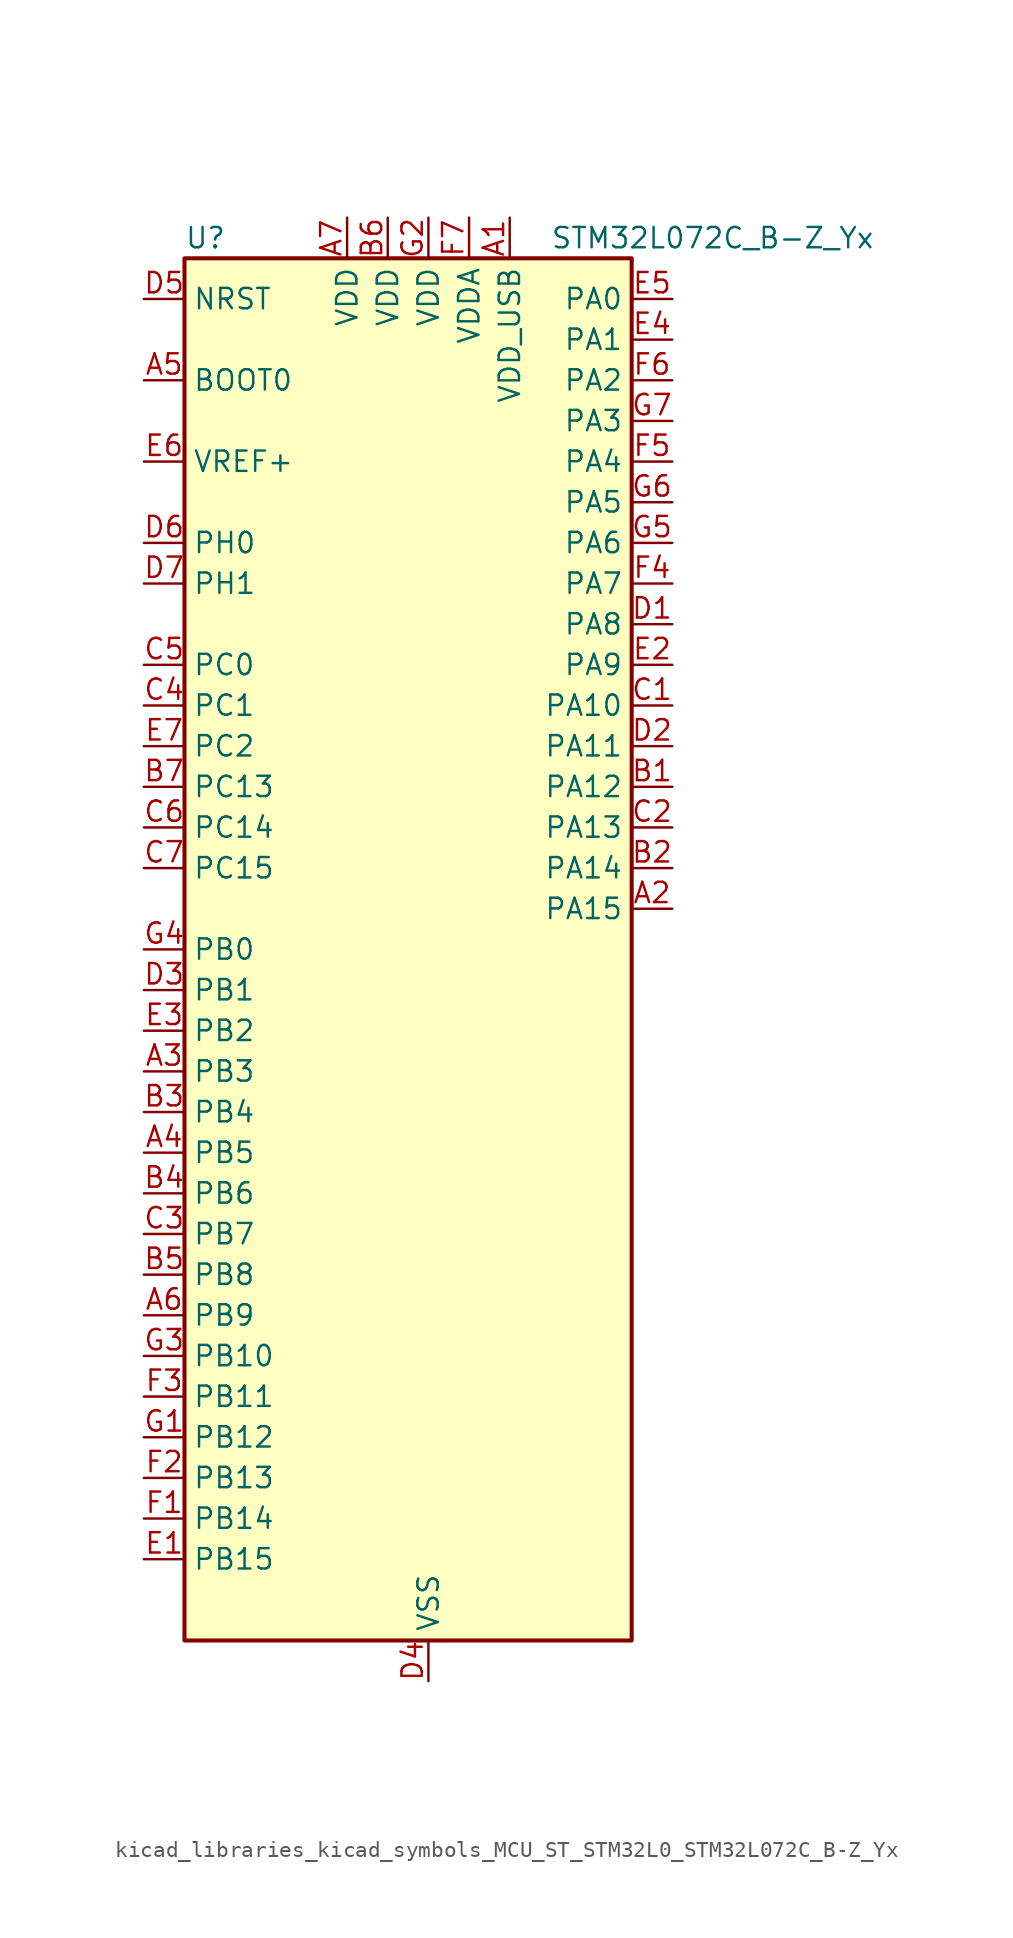
<source format=kicad_sym>
(kicad_symbol_lib
  (version 20220914)
  (generator kicad_symbol_editor)
  (symbol "kicad_libraries_kicad_symbols_MCU_ST_STM32L0_STM32L072C_B-Z_Yx"
    (property "Reference" "U"
      (at -12.7 44.45 0)
      (effects (font (size 1.27 1.27)) (justify left)))
    (property "Value" "STM32L072C_B-Z_Yx"
      (at 10.16 44.45 0)
      (effects (font (size 1.27 1.27)) (justify left)))
    (property "ki_locked" ""
      (at 0 0 0)
      (effects (font (size 1.27 1.27))))
    (symbol "kicad_libraries_kicad_symbols_MCU_ST_STM32L0_STM32L072C_B-Z_Yx_0_1"
      (rectangle (start -12.7 -43.18) (end 15.24 43.18) (stroke (width 0.254) (type default)) (fill (type background))))
    (symbol "kicad_libraries_kicad_symbols_MCU_ST_STM32L0_STM32L072C_B-Z_Yx_1_1"
      (pin power_in line (at 7.62 45.72 270) (length 2.54) (name "VDD_USB" (effects (font (size 1.27 1.27)))) (number "A1" (effects (font (size 1.27 1.27)))))
      (pin bidirectional line (at 17.78 2.54 180) (length 2.54) (name "PA15" (effects (font (size 1.27 1.27)))) (number "A2" (effects (font (size 1.27 1.27)))) (alternate "SPI1_NSS" bidirectional line) (alternate "TIM2_CH1" bidirectional line) (alternate "TIM2_ETR" bidirectional line) (alternate "USART2_RX" bidirectional line) (alternate "USART4_DE" bidirectional line) (alternate "USART4_RTS" bidirectional line))
      (pin bidirectional line (at -15.24 -7.62 0) (length 2.54) (name "PB3" (effects (font (size 1.27 1.27)))) (number "A3" (effects (font (size 1.27 1.27)))) (alternate "COMP2_INM" bidirectional line) (alternate "SPI1_SCK" bidirectional line) (alternate "TIM2_CH2" bidirectional line) (alternate "TSC_G5_IO1" bidirectional line) (alternate "USART1_DE" bidirectional line) (alternate "USART1_RTS" bidirectional line) (alternate "USART5_TX" bidirectional line))
      (pin bidirectional line (at -15.24 -12.7 0) (length 2.54) (name "PB5" (effects (font (size 1.27 1.27)))) (number "A4" (effects (font (size 1.27 1.27)))) (alternate "COMP2_INP" bidirectional line) (alternate "I2C1_SMBA" bidirectional line) (alternate "LPTIM1_IN1" bidirectional line) (alternate "SPI1_MOSI" bidirectional line) (alternate "TIM22_CH2" bidirectional line) (alternate "TIM3_CH2" bidirectional line) (alternate "USART1_CK" bidirectional line) (alternate "USART5_CK" bidirectional line) (alternate "USART5_DE" bidirectional line) (alternate "USART5_RTS" bidirectional line))
      (pin input line (at -15.24 35.56 0) (length 2.54) (name "BOOT0" (effects (font (size 1.27 1.27)))) (number "A5" (effects (font (size 1.27 1.27)))))
      (pin bidirectional line (at -15.24 -22.86 0) (length 2.54) (name "PB9" (effects (font (size 1.27 1.27)))) (number "A6" (effects (font (size 1.27 1.27)))) (alternate "DAC_EXTI9" bidirectional line) (alternate "I2C1_SDA" bidirectional line) (alternate "I2S2_WS" bidirectional line) (alternate "SPI2_NSS" bidirectional line))
      (pin power_in line (at -2.54 45.72 270) (length 2.54) (name "VDD" (effects (font (size 1.27 1.27)))) (number "A7" (effects (font (size 1.27 1.27)))))
      (pin bidirectional line (at 17.78 10.16 180) (length 2.54) (name "PA12" (effects (font (size 1.27 1.27)))) (number "B1" (effects (font (size 1.27 1.27)))) (alternate "COMP2_OUT" bidirectional line) (alternate "SPI1_MOSI" bidirectional line) (alternate "TSC_G4_IO4" bidirectional line) (alternate "USART1_DE" bidirectional line) (alternate "USART1_RTS" bidirectional line) (alternate "USB_DP" bidirectional line))
      (pin bidirectional line (at 17.78 5.08 180) (length 2.54) (name "PA14" (effects (font (size 1.27 1.27)))) (number "B2" (effects (font (size 1.27 1.27)))) (alternate "LPUART1_TX" bidirectional line) (alternate "SYS_SWCLK" bidirectional line) (alternate "USART2_TX" bidirectional line))
      (pin bidirectional line (at -15.24 -10.16 0) (length 2.54) (name "PB4" (effects (font (size 1.27 1.27)))) (number "B3" (effects (font (size 1.27 1.27)))) (alternate "COMP2_INP" bidirectional line) (alternate "I2C3_SDA" bidirectional line) (alternate "SPI1_MISO" bidirectional line) (alternate "TIM22_CH1" bidirectional line) (alternate "TIM3_CH1" bidirectional line) (alternate "TSC_G5_IO2" bidirectional line) (alternate "USART1_CTS" bidirectional line) (alternate "USART5_RX" bidirectional line))
      (pin bidirectional line (at -15.24 -15.24 0) (length 2.54) (name "PB6" (effects (font (size 1.27 1.27)))) (number "B4" (effects (font (size 1.27 1.27)))) (alternate "COMP2_INP" bidirectional line) (alternate "I2C1_SCL" bidirectional line) (alternate "LPTIM1_ETR" bidirectional line) (alternate "TSC_G5_IO3" bidirectional line) (alternate "USART1_TX" bidirectional line))
      (pin bidirectional line (at -15.24 -20.32 0) (length 2.54) (name "PB8" (effects (font (size 1.27 1.27)))) (number "B5" (effects (font (size 1.27 1.27)))) (alternate "I2C1_SCL" bidirectional line) (alternate "TSC_SYNC" bidirectional line))
      (pin power_in line (at 0 45.72 270) (length 2.54) (name "VDD" (effects (font (size 1.27 1.27)))) (number "B6" (effects (font (size 1.27 1.27)))))
      (pin bidirectional line (at -15.24 10.16 0) (length 2.54) (name "PC13" (effects (font (size 1.27 1.27)))) (number "B7" (effects (font (size 1.27 1.27)))) (alternate "RTC_OUT_ALARM" bidirectional line) (alternate "RTC_OUT_CALIB" bidirectional line) (alternate "RTC_TAMP1" bidirectional line) (alternate "RTC_TS" bidirectional line) (alternate "SYS_WKUP2" bidirectional line))
      (pin bidirectional line (at 17.78 15.24 180) (length 2.54) (name "PA10" (effects (font (size 1.27 1.27)))) (number "C1" (effects (font (size 1.27 1.27)))) (alternate "I2C1_SDA" bidirectional line) (alternate "TSC_G4_IO2" bidirectional line) (alternate "USART1_RX" bidirectional line))
      (pin bidirectional line (at 17.78 7.62 180) (length 2.54) (name "PA13" (effects (font (size 1.27 1.27)))) (number "C2" (effects (font (size 1.27 1.27)))) (alternate "LPUART1_RX" bidirectional line) (alternate "SYS_SWDIO" bidirectional line) (alternate "USB_NOE" bidirectional line))
      (pin bidirectional line (at -15.24 -17.78 0) (length 2.54) (name "PB7" (effects (font (size 1.27 1.27)))) (number "C3" (effects (font (size 1.27 1.27)))) (alternate "COMP2_INP" bidirectional line) (alternate "I2C1_SDA" bidirectional line) (alternate "LPTIM1_IN2" bidirectional line) (alternate "SYS_PVD_IN" bidirectional line) (alternate "TSC_G5_IO4" bidirectional line) (alternate "USART1_RX" bidirectional line) (alternate "USART4_CTS" bidirectional line))
      (pin bidirectional line (at -15.24 15.24 0) (length 2.54) (name "PC1" (effects (font (size 1.27 1.27)))) (number "C4" (effects (font (size 1.27 1.27)))) (alternate "ADC_IN11" bidirectional line) (alternate "I2C3_SDA" bidirectional line) (alternate "LPTIM1_OUT" bidirectional line) (alternate "LPUART1_TX" bidirectional line) (alternate "TSC_G7_IO2" bidirectional line))
      (pin bidirectional line (at -15.24 17.78 0) (length 2.54) (name "PC0" (effects (font (size 1.27 1.27)))) (number "C5" (effects (font (size 1.27 1.27)))) (alternate "ADC_IN10" bidirectional line) (alternate "I2C3_SCL" bidirectional line) (alternate "LPTIM1_IN1" bidirectional line) (alternate "LPUART1_RX" bidirectional line) (alternate "TSC_G7_IO1" bidirectional line))
      (pin bidirectional line (at -15.24 7.62 0) (length 2.54) (name "PC14" (effects (font (size 1.27 1.27)))) (number "C6" (effects (font (size 1.27 1.27)))) (alternate "RCC_OSC32_IN" bidirectional line))
      (pin bidirectional line (at -15.24 5.08 0) (length 2.54) (name "PC15" (effects (font (size 1.27 1.27)))) (number "C7" (effects (font (size 1.27 1.27)))) (alternate "RCC_OSC32_OUT" bidirectional line))
      (pin bidirectional line (at 17.78 20.32 180) (length 2.54) (name "PA8" (effects (font (size 1.27 1.27)))) (number "D1" (effects (font (size 1.27 1.27)))) (alternate "CRS_SYNC" bidirectional line) (alternate "I2C3_SCL" bidirectional line) (alternate "RCC_MCO" bidirectional line) (alternate "USART1_CK" bidirectional line))
      (pin bidirectional line (at 17.78 12.7 180) (length 2.54) (name "PA11" (effects (font (size 1.27 1.27)))) (number "D2" (effects (font (size 1.27 1.27)))) (alternate "ADC_EXTI11" bidirectional line) (alternate "COMP1_OUT" bidirectional line) (alternate "SPI1_MISO" bidirectional line) (alternate "TSC_G4_IO3" bidirectional line) (alternate "USART1_CTS" bidirectional line) (alternate "USB_DM" bidirectional line))
      (pin bidirectional line (at -15.24 -2.54 0) (length 2.54) (name "PB1" (effects (font (size 1.27 1.27)))) (number "D3" (effects (font (size 1.27 1.27)))) (alternate "ADC_IN9" bidirectional line) (alternate "LPUART1_DE" bidirectional line) (alternate "LPUART1_RTS" bidirectional line) (alternate "SYS_VREF_OUT_PB1" bidirectional line) (alternate "TIM3_CH4" bidirectional line) (alternate "TSC_G3_IO3" bidirectional line))
      (pin power_in line (at 2.54 -45.72 90) (length 2.54) (name "VSS" (effects (font (size 1.27 1.27)))) (number "D4" (effects (font (size 1.27 1.27)))))
      (pin input line (at -15.24 40.64 0) (length 2.54) (name "NRST" (effects (font (size 1.27 1.27)))) (number "D5" (effects (font (size 1.27 1.27)))))
      (pin bidirectional line (at -15.24 25.4 0) (length 2.54) (name "PH0" (effects (font (size 1.27 1.27)))) (number "D6" (effects (font (size 1.27 1.27)))) (alternate "CRS_SYNC" bidirectional line) (alternate "RCC_OSC_IN" bidirectional line))
      (pin bidirectional line (at -15.24 22.86 0) (length 2.54) (name "PH1" (effects (font (size 1.27 1.27)))) (number "D7" (effects (font (size 1.27 1.27)))) (alternate "RCC_OSC_OUT" bidirectional line))
      (pin bidirectional line (at -15.24 -38.1 0) (length 2.54) (name "PB15" (effects (font (size 1.27 1.27)))) (number "E1" (effects (font (size 1.27 1.27)))) (alternate "I2S2_SD" bidirectional line) (alternate "RTC_REFIN" bidirectional line) (alternate "SPI2_MOSI" bidirectional line))
      (pin bidirectional line (at 17.78 17.78 180) (length 2.54) (name "PA9" (effects (font (size 1.27 1.27)))) (number "E2" (effects (font (size 1.27 1.27)))) (alternate "DAC_EXTI9" bidirectional line) (alternate "I2C1_SCL" bidirectional line) (alternate "I2C3_SMBA" bidirectional line) (alternate "RCC_MCO" bidirectional line) (alternate "TSC_G4_IO1" bidirectional line) (alternate "USART1_TX" bidirectional line))
      (pin bidirectional line (at -15.24 -5.08 0) (length 2.54) (name "PB2" (effects (font (size 1.27 1.27)))) (number "E3" (effects (font (size 1.27 1.27)))) (alternate "I2C3_SMBA" bidirectional line) (alternate "LPTIM1_OUT" bidirectional line) (alternate "TSC_G3_IO4" bidirectional line))
      (pin bidirectional line (at 17.78 38.1 180) (length 2.54) (name "PA1" (effects (font (size 1.27 1.27)))) (number "E4" (effects (font (size 1.27 1.27)))) (alternate "ADC_IN1" bidirectional line) (alternate "COMP1_INP" bidirectional line) (alternate "TIM21_ETR" bidirectional line) (alternate "TIM2_CH2" bidirectional line) (alternate "TSC_G1_IO2" bidirectional line) (alternate "USART2_DE" bidirectional line) (alternate "USART2_RTS" bidirectional line) (alternate "USART4_RX" bidirectional line))
      (pin bidirectional line (at 17.78 40.64 180) (length 2.54) (name "PA0" (effects (font (size 1.27 1.27)))) (number "E5" (effects (font (size 1.27 1.27)))) (alternate "ADC_IN0" bidirectional line) (alternate "COMP1_INM" bidirectional line) (alternate "COMP1_OUT" bidirectional line) (alternate "RTC_TAMP2" bidirectional line) (alternate "SYS_WKUP1" bidirectional line) (alternate "TIM2_CH1" bidirectional line) (alternate "TIM2_ETR" bidirectional line) (alternate "TSC_G1_IO1" bidirectional line) (alternate "USART2_CTS" bidirectional line) (alternate "USART4_TX" bidirectional line))
      (pin input line (at -15.24 30.48 0) (length 2.54) (name "VREF+" (effects (font (size 1.27 1.27)))) (number "E6" (effects (font (size 1.27 1.27)))))
      (pin bidirectional line (at -15.24 12.7 0) (length 2.54) (name "PC2" (effects (font (size 1.27 1.27)))) (number "E7" (effects (font (size 1.27 1.27)))) (alternate "ADC_IN12" bidirectional line) (alternate "I2S2_MCK" bidirectional line) (alternate "LPTIM1_IN2" bidirectional line) (alternate "SPI2_MISO" bidirectional line) (alternate "TSC_G7_IO3" bidirectional line))
      (pin bidirectional line (at -15.24 -35.56 0) (length 2.54) (name "PB14" (effects (font (size 1.27 1.27)))) (number "F1" (effects (font (size 1.27 1.27)))) (alternate "I2C2_SDA" bidirectional line) (alternate "I2S2_MCK" bidirectional line) (alternate "LPUART1_DE" bidirectional line) (alternate "LPUART1_RTS" bidirectional line) (alternate "RTC_OUT_ALARM" bidirectional line) (alternate "RTC_OUT_CALIB" bidirectional line) (alternate "SPI2_MISO" bidirectional line) (alternate "TIM21_CH2" bidirectional line) (alternate "TSC_G6_IO4" bidirectional line))
      (pin bidirectional line (at -15.24 -33.02 0) (length 2.54) (name "PB13" (effects (font (size 1.27 1.27)))) (number "F2" (effects (font (size 1.27 1.27)))) (alternate "I2C2_SCL" bidirectional line) (alternate "I2S2_CK" bidirectional line) (alternate "LPUART1_CTS" bidirectional line) (alternate "RCC_MCO" bidirectional line) (alternate "SPI2_SCK" bidirectional line) (alternate "TIM21_CH1" bidirectional line) (alternate "TSC_G6_IO3" bidirectional line))
      (pin bidirectional line (at -15.24 -27.94 0) (length 2.54) (name "PB11" (effects (font (size 1.27 1.27)))) (number "F3" (effects (font (size 1.27 1.27)))) (alternate "ADC_EXTI11" bidirectional line) (alternate "I2C2_SDA" bidirectional line) (alternate "LPUART1_RX" bidirectional line) (alternate "LPUART1_TX" bidirectional line) (alternate "TIM2_CH4" bidirectional line) (alternate "TSC_G6_IO1" bidirectional line))
      (pin bidirectional line (at 17.78 22.86 180) (length 2.54) (name "PA7" (effects (font (size 1.27 1.27)))) (number "F4" (effects (font (size 1.27 1.27)))) (alternate "ADC_IN7" bidirectional line) (alternate "COMP2_OUT" bidirectional line) (alternate "SPI1_MOSI" bidirectional line) (alternate "TIM22_CH2" bidirectional line) (alternate "TIM3_CH2" bidirectional line) (alternate "TSC_G2_IO4" bidirectional line))
      (pin bidirectional line (at 17.78 30.48 180) (length 2.54) (name "PA4" (effects (font (size 1.27 1.27)))) (number "F5" (effects (font (size 1.27 1.27)))) (alternate "ADC_IN4" bidirectional line) (alternate "COMP1_INM" bidirectional line) (alternate "COMP2_INM" bidirectional line) (alternate "DAC_OUT1" bidirectional line) (alternate "SPI1_NSS" bidirectional line) (alternate "TIM22_ETR" bidirectional line) (alternate "TSC_G2_IO1" bidirectional line) (alternate "USART2_CK" bidirectional line))
      (pin bidirectional line (at 17.78 35.56 180) (length 2.54) (name "PA2" (effects (font (size 1.27 1.27)))) (number "F6" (effects (font (size 1.27 1.27)))) (alternate "ADC_IN2" bidirectional line) (alternate "COMP2_INM" bidirectional line) (alternate "COMP2_OUT" bidirectional line) (alternate "LPUART1_TX" bidirectional line) (alternate "TIM21_CH1" bidirectional line) (alternate "TIM2_CH3" bidirectional line) (alternate "TSC_G1_IO3" bidirectional line) (alternate "USART2_TX" bidirectional line))
      (pin power_in line (at 5.08 45.72 270) (length 2.54) (name "VDDA" (effects (font (size 1.27 1.27)))) (number "F7" (effects (font (size 1.27 1.27)))))
      (pin bidirectional line (at -15.24 -30.48 0) (length 2.54) (name "PB12" (effects (font (size 1.27 1.27)))) (number "G1" (effects (font (size 1.27 1.27)))) (alternate "I2S2_WS" bidirectional line) (alternate "LPUART1_DE" bidirectional line) (alternate "LPUART1_RTS" bidirectional line) (alternate "SPI2_NSS" bidirectional line) (alternate "TSC_G6_IO2" bidirectional line))
      (pin power_in line (at 2.54 45.72 270) (length 2.54) (name "VDD" (effects (font (size 1.27 1.27)))) (number "G2" (effects (font (size 1.27 1.27)))))
      (pin bidirectional line (at -15.24 -25.4 0) (length 2.54) (name "PB10" (effects (font (size 1.27 1.27)))) (number "G3" (effects (font (size 1.27 1.27)))) (alternate "I2C2_SCL" bidirectional line) (alternate "LPUART1_RX" bidirectional line) (alternate "LPUART1_TX" bidirectional line) (alternate "SPI2_SCK" bidirectional line) (alternate "TIM2_CH3" bidirectional line) (alternate "TSC_SYNC" bidirectional line))
      (pin bidirectional line (at -15.24 0 0) (length 2.54) (name "PB0" (effects (font (size 1.27 1.27)))) (number "G4" (effects (font (size 1.27 1.27)))) (alternate "ADC_IN8" bidirectional line) (alternate "SYS_VREF_OUT_PB0" bidirectional line) (alternate "TIM3_CH3" bidirectional line) (alternate "TSC_G3_IO2" bidirectional line))
      (pin bidirectional line (at 17.78 25.4 180) (length 2.54) (name "PA6" (effects (font (size 1.27 1.27)))) (number "G5" (effects (font (size 1.27 1.27)))) (alternate "ADC_IN6" bidirectional line) (alternate "COMP1_OUT" bidirectional line) (alternate "LPUART1_CTS" bidirectional line) (alternate "SPI1_MISO" bidirectional line) (alternate "TIM22_CH1" bidirectional line) (alternate "TIM3_CH1" bidirectional line) (alternate "TSC_G2_IO3" bidirectional line))
      (pin bidirectional line (at 17.78 27.94 180) (length 2.54) (name "PA5" (effects (font (size 1.27 1.27)))) (number "G6" (effects (font (size 1.27 1.27)))) (alternate "ADC_IN5" bidirectional line) (alternate "COMP1_INM" bidirectional line) (alternate "COMP2_INM" bidirectional line) (alternate "DAC_OUT2" bidirectional line) (alternate "SPI1_SCK" bidirectional line) (alternate "TIM2_CH1" bidirectional line) (alternate "TIM2_ETR" bidirectional line) (alternate "TSC_G2_IO2" bidirectional line))
      (pin bidirectional line (at 17.78 33.02 180) (length 2.54) (name "PA3" (effects (font (size 1.27 1.27)))) (number "G7" (effects (font (size 1.27 1.27)))) (alternate "ADC_IN3" bidirectional line) (alternate "COMP2_INP" bidirectional line) (alternate "LPUART1_RX" bidirectional line) (alternate "TIM21_CH2" bidirectional line) (alternate "TIM2_CH4" bidirectional line) (alternate "TSC_G1_IO4" bidirectional line) (alternate "USART2_RX" bidirectional line)))))
</source>
